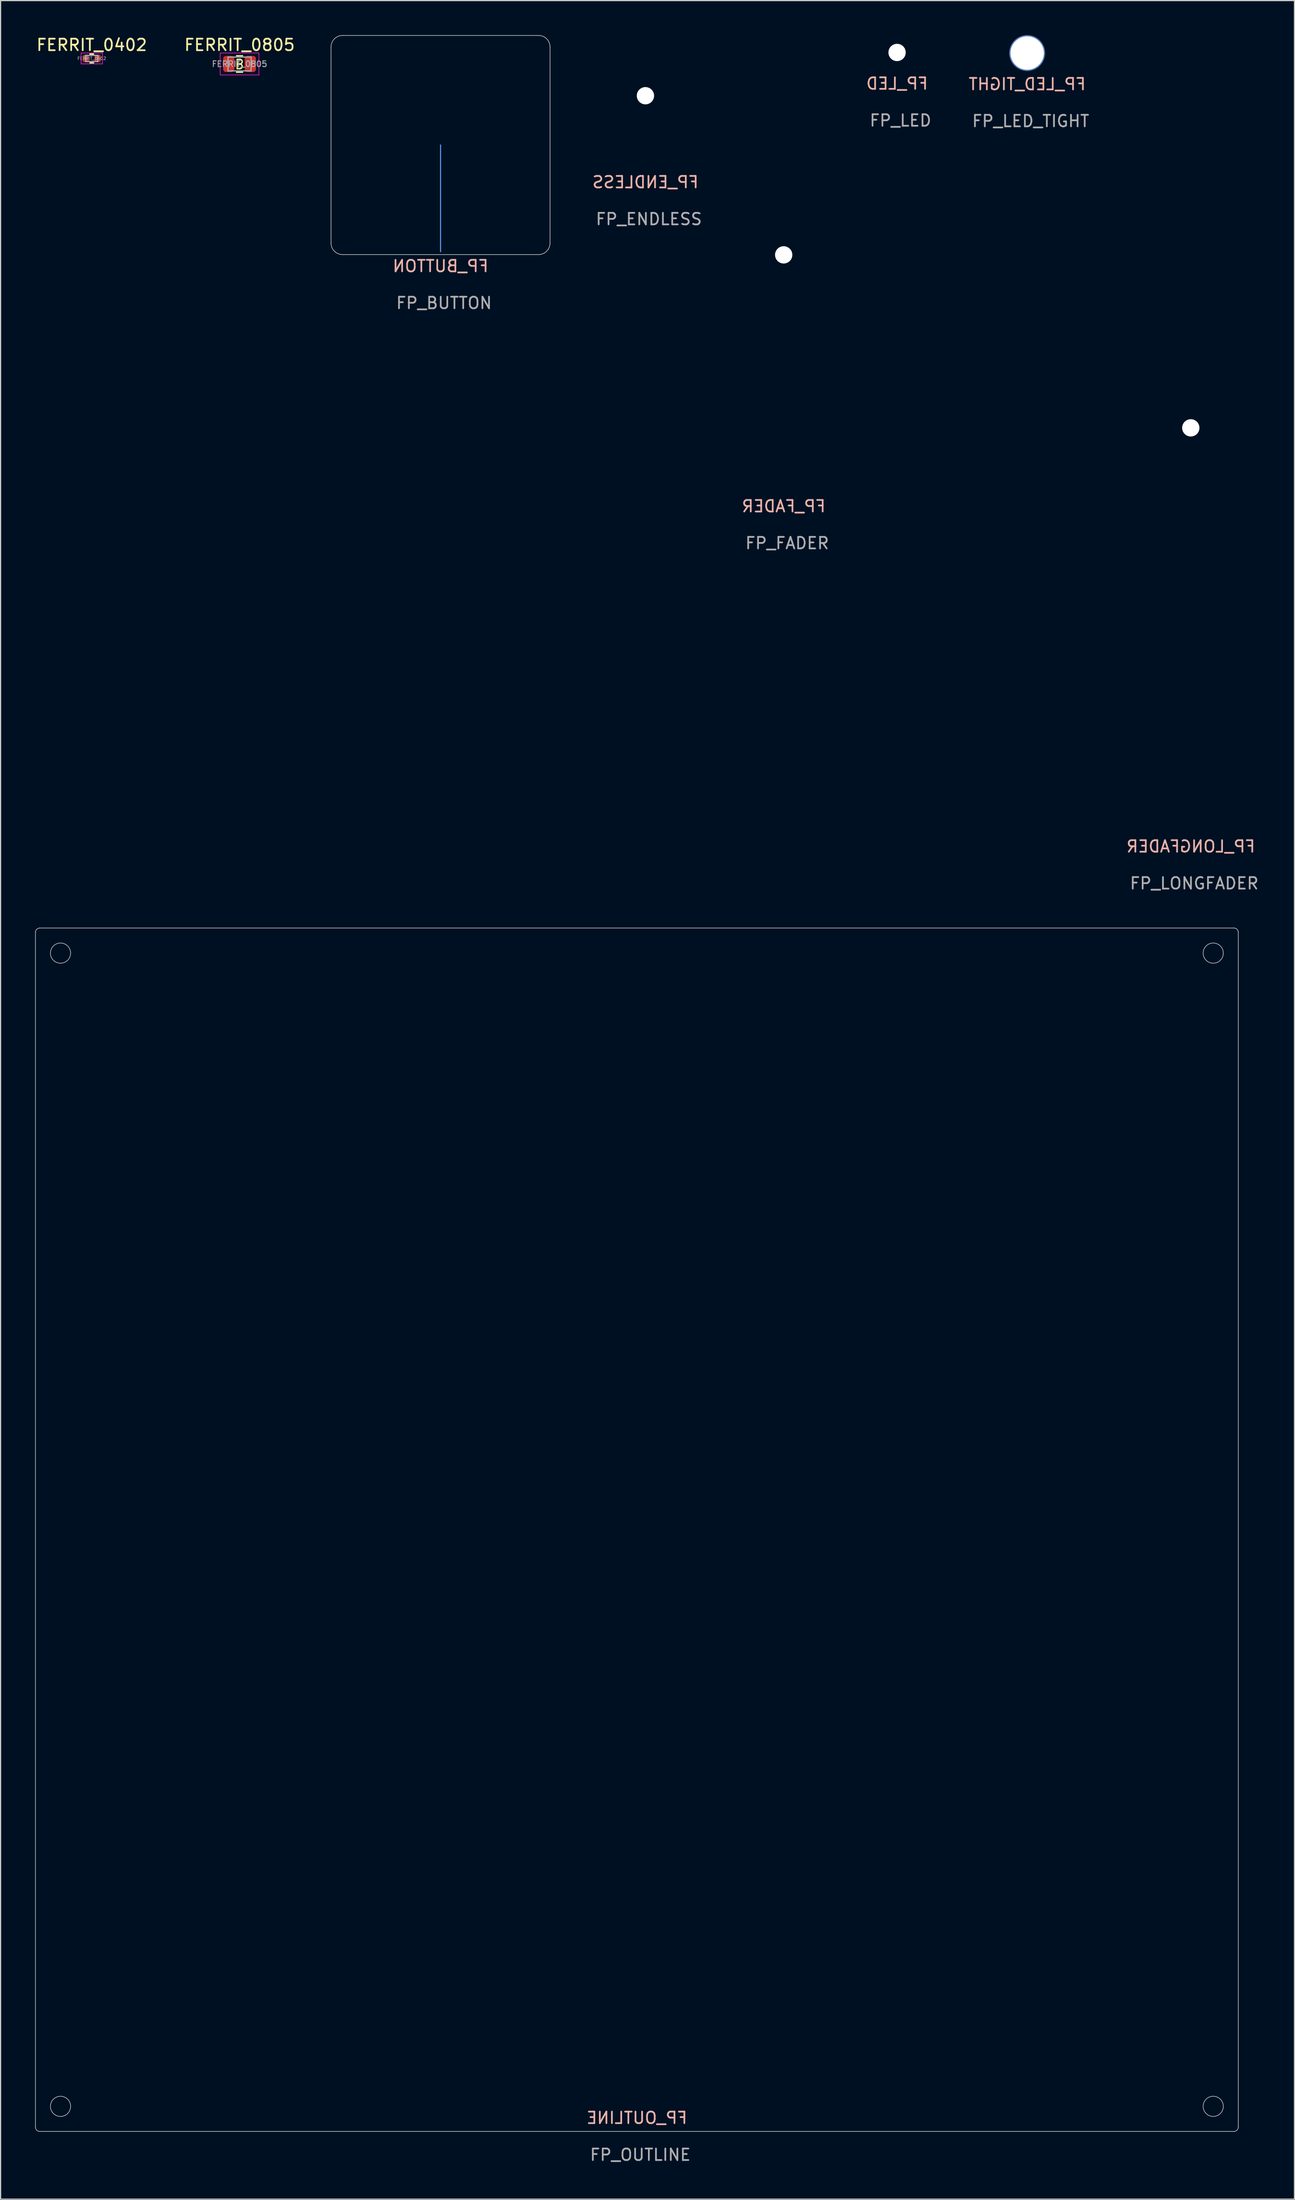
<source format=kicad_pcb>
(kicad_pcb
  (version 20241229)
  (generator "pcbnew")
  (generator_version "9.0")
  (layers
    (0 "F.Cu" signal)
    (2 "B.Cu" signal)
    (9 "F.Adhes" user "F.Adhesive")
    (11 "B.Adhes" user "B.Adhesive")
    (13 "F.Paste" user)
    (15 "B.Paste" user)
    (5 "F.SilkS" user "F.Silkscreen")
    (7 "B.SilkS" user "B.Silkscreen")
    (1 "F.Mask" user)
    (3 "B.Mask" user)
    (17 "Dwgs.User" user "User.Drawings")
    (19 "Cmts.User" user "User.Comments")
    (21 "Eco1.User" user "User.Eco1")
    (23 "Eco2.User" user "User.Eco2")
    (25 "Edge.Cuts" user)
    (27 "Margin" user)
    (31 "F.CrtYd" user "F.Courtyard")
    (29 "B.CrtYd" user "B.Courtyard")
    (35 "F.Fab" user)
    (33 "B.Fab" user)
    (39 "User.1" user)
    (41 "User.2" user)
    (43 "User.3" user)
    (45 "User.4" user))
  (footprint "FP_ENDLESS"
    (layer "F.Cu")
    (at 52.943 5.25)
    (property "Reference" "FP_ENDLESS" (at 0 7.5 0) (layer "B.SilkS") (effects (font (size 1 1) (thickness 0.15)) (justify mirror)))
    (attr exclude_from_pos_files exclude_from_bom)
    (fp_text user "${REFERENCE}" (at 0.3 10.7 0) (layer "F.Fab") (effects (font (size 1 1) (thickness 0.15))))
    (pad "" np_thru_hole circle (at 0 0 90) (size 1.5 1.5) (drill 10.5) (layers "*.Cu" "*.Mask")))
  (footprint "FERRIT_0805"
    (layer "F.Cu")
    (at 17.732 2.498)
    (property "Reference" "FERRIT_0805" (at 0 -1.65 0) (layer "F.SilkS") (effects (font (size 1 1) (thickness 0.15))))
    (attr smd)
    (fp_line (start -0.259 -0.71) (end 0.259 -0.71) (stroke (width 0.12) (type solid)) (layer "F.SilkS"))
    (fp_line (start -0.259 0.71) (end 0.259 0.71) (stroke (width 0.12) (type solid)) (layer "F.SilkS"))
    (fp_line (start -0.203 -0.406) (end 0.076 -0.406) (stroke (width 0.12) (type solid)) (layer "F.SilkS"))
    (fp_line (start -0.203 0) (end 0.025 0) (stroke (width 0.12) (type solid)) (layer "F.SilkS"))
    (fp_line (start -0.203 0) (end 0.076 0) (stroke (width 0.12) (type solid)) (layer "F.SilkS"))
    (fp_line (start -0.203 0.406) (end -0.203 -0.406) (stroke (width 0.12) (type solid)) (layer "F.SilkS"))
    (fp_line (start -0.203 0.406) (end 0.025 0.406) (stroke (width 0.12) (type solid)) (layer "F.SilkS"))
    (fp_arc (start 0.0254 -0.4064) (mid 0.2286 -0.2032) (end 0.0254 0) (stroke (width 0.12) (type solid)) (layer "F.SilkS"))
    (fp_arc (start 0.0254 0) (mid 0.2286 0.2032) (end 0.0254 0.4064) (stroke (width 0.12) (type solid)) (layer "F.SilkS"))
    (fp_line (start -1.68 -0.95) (end 1.68 -0.95) (stroke (width 0.05) (type solid)) (layer "F.CrtYd"))
    (fp_line (start -1.68 0.95) (end -1.68 -0.95) (stroke (width 0.05) (type solid)) (layer "F.CrtYd"))
    (fp_line (start 1.68 -0.95) (end 1.68 0.95) (stroke (width 0.05) (type solid)) (layer "F.CrtYd"))
    (fp_line (start 1.68 0.95) (end -1.68 0.95) (stroke (width 0.05) (type solid)) (layer "F.CrtYd"))
    (fp_line (start -1 -0.6) (end 1 -0.6) (stroke (width 0.1) (type solid)) (layer "F.Fab"))
    (fp_line (start -1 0.6) (end -1 -0.6) (stroke (width 0.1) (type solid)) (layer "F.Fab"))
    (fp_line (start 1 -0.6) (end 1 0.6) (stroke (width 0.1) (type solid)) (layer "F.Fab"))
    (fp_line (start 1 0.6) (end -1 0.6) (stroke (width 0.1) (type solid)) (layer "F.Fab"))
    (fp_text user "${REFERENCE}" (at 0 0 0) (layer "F.Fab") (effects (font (size 0.5 0.5) (thickness 0.08))))
    (pad "1" smd roundrect (at -0.938 0) (size 0.975 1.4) (layers "F.Cu" "F.Mask" "F.Paste") (roundrect_rratio 0.25))
    (pad "2" smd roundrect (at 0.938 0) (size 0.975 1.4) (layers "F.Cu" "F.Mask" "F.Paste") (roundrect_rratio 0.25)))
  (footprint "FP_LONGFADER"
    (layer "F.Cu")
    (at 100.254 34.05)
    (property "Reference" "FP_LONGFADER" (at 0 36.3 0) (layer "B.SilkS") (effects (font (size 1 1) (thickness 0.15)) (justify mirror)))
    (attr exclude_from_pos_files exclude_from_bom)
    (fp_text user "${REFERENCE}" (at 0.3 39.5 0) (layer "F.Fab") (effects (font (size 1 1) (thickness 0.15))))
    (pad "" np_thru_hole circle (at 0 0 90) (size 1.5 1.5) (drill oval 68.1 2.1) (layers "*.Cu" "*.Mask")))
  (footprint "FERRIT_0402"
    (layer "F.Cu")
    (at 4.911 2.018)
    (property "Reference" "FERRIT_0402" (at 0 -1.17 0) (layer "F.SilkS") (effects (font (size 1 1) (thickness 0.15))))
    (attr smd)
    (fp_line (start -0.154 -0.38) (end 0.154 -0.38) (stroke (width 0.12) (type solid)) (layer "F.SilkS"))
    (fp_line (start -0.154 0.38) (end 0.154 0.38) (stroke (width 0.12) (type solid)) (layer "F.SilkS"))
    (fp_line (start -0.93 -0.47) (end 0.93 -0.47) (stroke (width 0.05) (type solid)) (layer "F.CrtYd"))
    (fp_line (start -0.93 0.47) (end -0.93 -0.47) (stroke (width 0.05) (type solid)) (layer "F.CrtYd"))
    (fp_line (start 0.93 -0.47) (end 0.93 0.47) (stroke (width 0.05) (type solid)) (layer "F.CrtYd"))
    (fp_line (start 0.93 0.47) (end -0.93 0.47) (stroke (width 0.05) (type solid)) (layer "F.CrtYd"))
    (fp_line (start -0.525 -0.27) (end 0.525 -0.27) (stroke (width 0.1) (type solid)) (layer "F.Fab"))
    (fp_line (start -0.525 0.27) (end -0.525 -0.27) (stroke (width 0.1) (type solid)) (layer "F.Fab"))
    (fp_line (start 0.525 -0.27) (end 0.525 0.27) (stroke (width 0.1) (type solid)) (layer "F.Fab"))
    (fp_line (start 0.525 0.27) (end -0.525 0.27) (stroke (width 0.1) (type solid)) (layer "F.Fab"))
    (fp_text user "${REFERENCE}" (at 0 0 0) (layer "F.Fab") (effects (font (size 0.26 0.26) (thickness 0.04))))
    (pad "1" smd roundrect (at -0.51 0) (size 0.54 0.64) (layers "F.Cu" "F.Mask" "F.Paste") (roundrect_rratio 0.25))
    (pad "2" smd roundrect (at 0.51 0) (size 0.54 0.64) (layers "F.Cu" "F.Mask" "F.Paste") (roundrect_rratio 0.25)))
  (footprint "FP_LED"
    (layer "F.Cu")
    (at 74.773 1.5)
    (property "Reference" "FP_LED" (at 0 2.7 0) (layer "B.SilkS") (effects (font (size 1 1) (thickness 0.15)) (justify mirror)))
    (attr exclude_from_pos_files exclude_from_bom)
    (fp_text user "${REFERENCE}" (at 0.3 5.9 0) (layer "F.Fab") (effects (font (size 1 1) (thickness 0.15))))
    (pad "" np_thru_hole circle (at 0 0 90) (size 1.5 1.5) (drill 3) (layers "*.Cu" "*.Mask")))
  (footprint "FP_BUTTON"
    (layer "F.Cu")
    (at 35.168 9.525)
    (property "Reference" "FP_BUTTON" (at 0 10.5 0) (layer "B.SilkS") (effects (font (size 1 1) (thickness 0.15)) (justify mirror)))
    (attr exclude_from_pos_files exclude_from_bom)
    (fp_line (start 0 0) (end 0 9.25) (stroke (width 0.1) (type default)) (layer "Cmts.User"))
    (fp_line (start -9.5 8.5) (end -9.5 -8.5) (stroke (width 0.05) (type default)) (layer "Edge.Cuts"))
    (fp_line (start -8.5 -9.5) (end 8.5 -9.5) (stroke (width 0.05) (type default)) (layer "Edge.Cuts"))
    (fp_line (start 8.5 9.5) (end -8.5 9.5) (stroke (width 0.05) (type default)) (layer "Edge.Cuts"))
    (fp_line (start 9.5 -8.5) (end 9.5 8.5) (stroke (width 0.05) (type default)) (layer "Edge.Cuts"))
    (fp_arc (start -9.5 -8.5) (mid -9.207096 -9.207082) (end -8.5 -9.5) (stroke (width 0.05) (type default)) (layer "Edge.Cuts"))
    (fp_arc (start -8.5 9.5) (mid -9.207114 9.207114) (end -9.5 8.5) (stroke (width 0.05) (type default)) (layer "Edge.Cuts"))
    (fp_arc (start 8.5 -9.5) (mid 9.207099 -9.207099) (end 9.5 -8.5) (stroke (width 0.05) (type default)) (layer "Edge.Cuts"))
    (fp_arc (start 9.5 8.5) (mid 9.207117 9.207132) (end 8.5 9.5) (stroke (width 0.05) (type default)) (layer "Edge.Cuts"))
    (fp_text user "${REFERENCE}" (at 0.3 13.7 0) (layer "F.Fab") (effects (font (size 1 1) (thickness 0.15)))))
  (footprint "FP_LED_TIGHT"
    (layer "F.Cu")
    (at 86.061 1.55)
    (property "Reference" "FP_LED_TIGHT" (at 0 2.7 0) (layer "B.SilkS") (effects (font (size 1 1) (thickness 0.15)) (justify mirror)))
    (attr exclude_from_pos_files exclude_from_bom)
    (fp_text user "${REFERENCE}" (at 0.3 5.9 0) (layer "F.Fab") (effects (font (size 1 1) (thickness 0.15))))
    (pad "1" thru_hole circle (at 0 0 90) (size 3.1 3.1) (drill 2.9) (layers "*.Cu" "*.Mask")))
  (footprint "FP_OUTLINE"
    (layer "F.Cu")
    (at 52.2 129.598)
    (property "Reference" "FP_OUTLINE" (at 0 51 0) (layer "B.SilkS") (effects (font (size 1 1) (thickness 0.15)) (justify mirror)))
    (attr exclude_from_pos_files exclude_from_bom)
    (fp_line (start -52.175 51.8) (end -52.175 -51.8) (stroke (width 0.05) (type default)) (layer "Edge.Cuts"))
    (fp_line (start -51.8 -52.175) (end 51.8 -52.175) (stroke (width 0.05) (type default)) (layer "Edge.Cuts"))
    (fp_line (start 51.8 52.175) (end -51.8 52.175) (stroke (width 0.05) (type default)) (layer "Edge.Cuts"))
    (fp_line (start 52.175 -51.8) (end 52.175 51.8) (stroke (width 0.05) (type default)) (layer "Edge.Cuts"))
    (fp_arc (start -52.175 -51.8) (mid -52.065165 -52.065165) (end -51.8 -52.175) (stroke (width 0.05) (type default)) (layer "Edge.Cuts"))
    (fp_arc (start -51.8 52.175) (mid -52.065165 52.065165) (end -52.175 51.8) (stroke (width 0.05) (type default)) (layer "Edge.Cuts"))
    (fp_arc (start 51.8 -52.175) (mid 52.065165 -52.065165) (end 52.175 -51.8) (stroke (width 0.05) (type default)) (layer "Edge.Cuts"))
    (fp_arc (start 52.175 51.8) (mid 52.065165 52.065165) (end 51.8 52.175) (stroke (width 0.05) (type default)) (layer "Edge.Cuts"))
    (fp_circle (center -50 -50) (end -49.125 -50) (stroke (width 0.05) (type default)) (fill no) (layer "Edge.Cuts"))
    (fp_circle (center -50 50) (end -49.125 50) (stroke (width 0.05) (type default)) (fill no) (layer "Edge.Cuts"))
    (fp_circle (center 50 -50) (end 50.875 -50) (stroke (width 0.05) (type default)) (fill no) (layer "Edge.Cuts"))
    (fp_circle (center 50 50) (end 50.875 50) (stroke (width 0.05) (type default)) (fill no) (layer "Edge.Cuts"))
    (fp_text user "${REFERENCE}" (at 0.3 54.2 0) (layer "F.Fab") (effects (font (size 1 1) (thickness 0.15)))))
  (footprint "FP_FADER"
    (layer "F.Cu")
    (at 64.937 19.05)
    (property "Reference" "FP_FADER" (at 0 21.8 0) (layer "B.SilkS") (effects (font (size 1 1) (thickness 0.15)) (justify mirror)))
    (attr exclude_from_pos_files exclude_from_bom)
    (fp_text user "${REFERENCE}" (at 0.3 25 0) (layer "F.Fab") (effects (font (size 1 1) (thickness 0.15))))
    (pad "" np_thru_hole circle (at 0 0 90) (size 1.5 1.5) (drill oval 38.1 2.1) (layers "*.Cu" "*.Mask")))
  (gr_rect
    (start -3 -3)
    (end 109.25 187.647)
    (stroke (width 0.1) (type default))
    (fill no)
    (layer "Edge.Cuts")))
</source>
